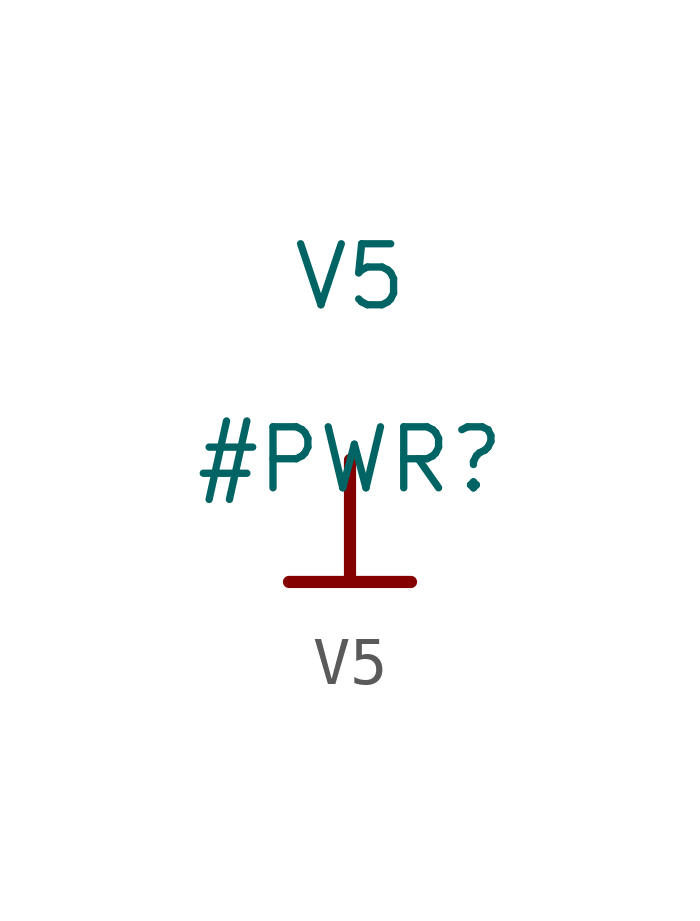
<source format=kicad_sym>
(kicad_symbol_lib
  (version 20231120)
  (generator "kicad_symbol_editor")
  (generator_version "7.99")
  (symbol "V5"
    (power)
    (property "Reference" "#PWR"
      (at 0 0 0)
      (effects (font (size 1.27 1.27))))
    (property "Value" "V5"
      (at 0 3.81 0)
      (effects (font (size 1.27 1.27))))
    (symbol "V5_0_0"
      (polyline (pts (xy -1.27 -2.54) (xy 1.27 -2.54)) (stroke (width 0.254) (type solid)) (fill (type none)))
      (polyline (pts (xy 0 0) (xy 0 -2.54)) (stroke (width 0.254) (type solid)) (fill (type none)))
      (pin power_in line (at 0 0 0) (length 0) hide (name "V5" (effects (font (size 1.27 1.27)))) (number "" (effects (font (size 1.27 1.27))))))))
</source>
